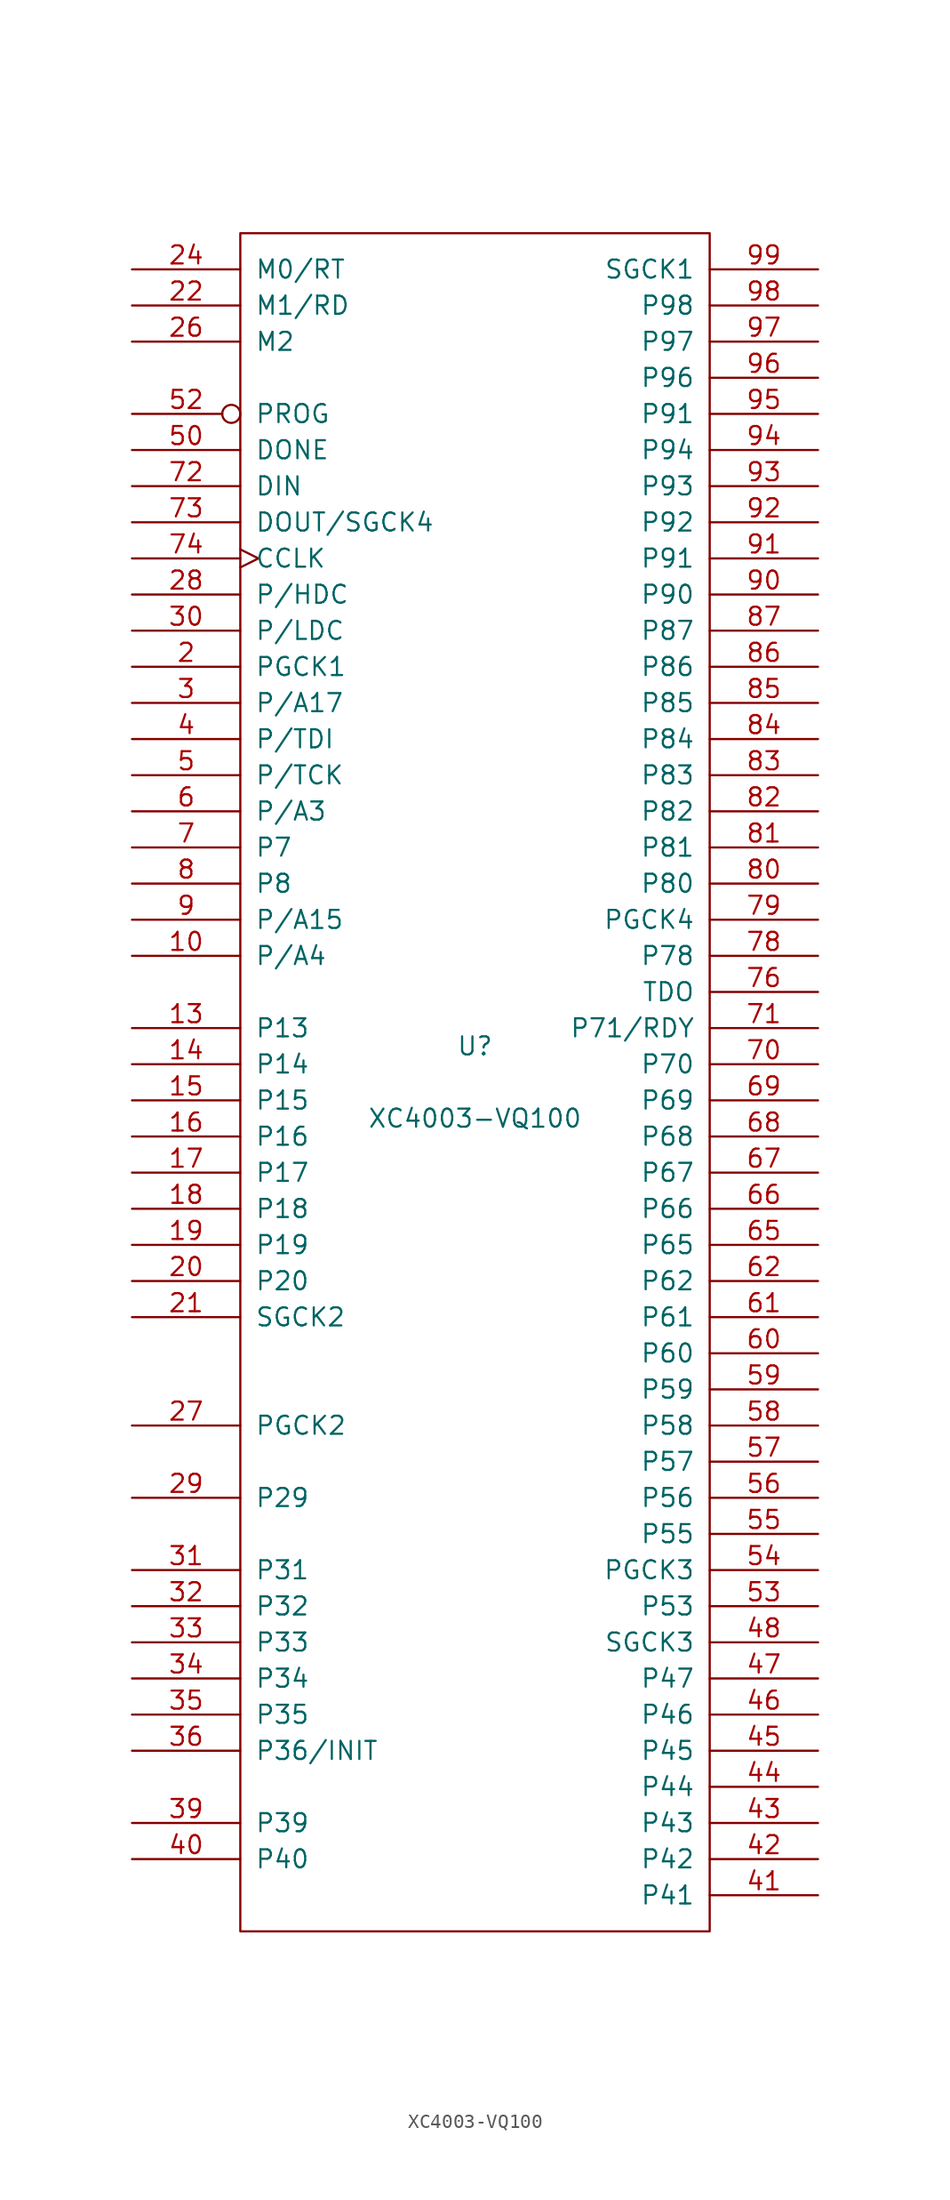
<source format=kicad_sym>
(kicad_symbol_lib
  (version 20201005)
  (generator kicad_symbol_editor)
  (symbol "XC4003-VQ100"
    (pin_names
      (offset 1.016))
    (property "Reference" "U"
      (at 0 2.54 0)
      (effects (font (size 1.27 1.27))))
    (property "Value" "XC4003-VQ100"
      (at 0 -2.54 0)
      (effects (font (size 1.27 1.27))))
    (symbol "XC4003-VQ100_0_1"
      (rectangle (start -16.51 -59.69) (end 16.51 59.69) (stroke (width 0)) (fill (type none))))
    (symbol "XC4003-VQ100_1_1"
      (pin power_in line (at -13.97 -59.69 90) (length 0) hide (name "GND" (effects (font (size 1.27 1.27)))) (number "1" (effects (font (size 1.27 1.27)))))
      (pin passive line (at -24.13 8.89 0) (length 7.62) (name "P/A4" (effects (font (size 1.27 1.27)))) (number "10" (effects (font (size 1.27 1.27)))))
      (pin power_in line (at 3.81 59.69 270) (length 0) hide (name "VCC" (effects (font (size 1.27 1.27)))) (number "100" (effects (font (size 1.27 1.27)))))
      (pin power_in line (at -11.43 -59.69 90) (length 0) hide (name "GND" (effects (font (size 1.27 1.27)))) (number "11" (effects (font (size 1.27 1.27)))))
      (pin power_in line (at -13.97 59.69 270) (length 0) hide (name "VCC" (effects (font (size 1.27 1.27)))) (number "12" (effects (font (size 1.27 1.27)))))
      (pin bidirectional line (at -24.13 3.81 0) (length 7.62) (name "P13" (effects (font (size 1.27 1.27)))) (number "13" (effects (font (size 1.27 1.27)))))
      (pin passive line (at -24.13 1.27 0) (length 7.62) (name "P14" (effects (font (size 1.27 1.27)))) (number "14" (effects (font (size 1.27 1.27)))))
      (pin passive line (at -24.13 -1.27 0) (length 7.62) (name "P15" (effects (font (size 1.27 1.27)))) (number "15" (effects (font (size 1.27 1.27)))))
      (pin passive line (at -24.13 -3.81 0) (length 7.62) (name "P16" (effects (font (size 1.27 1.27)))) (number "16" (effects (font (size 1.27 1.27)))))
      (pin passive line (at -24.13 -6.35 0) (length 7.62) (name "P17" (effects (font (size 1.27 1.27)))) (number "17" (effects (font (size 1.27 1.27)))))
      (pin passive line (at -24.13 -8.89 0) (length 7.62) (name "P18" (effects (font (size 1.27 1.27)))) (number "18" (effects (font (size 1.27 1.27)))))
      (pin passive line (at -24.13 -11.43 0) (length 7.62) (name "P19" (effects (font (size 1.27 1.27)))) (number "19" (effects (font (size 1.27 1.27)))))
      (pin passive line (at -24.13 29.21 0) (length 7.62) (name "PGCK1" (effects (font (size 1.27 1.27)))) (number "2" (effects (font (size 1.27 1.27)))))
      (pin passive line (at -24.13 -13.97 0) (length 7.62) (name "P20" (effects (font (size 1.27 1.27)))) (number "20" (effects (font (size 1.27 1.27)))))
      (pin passive line (at -24.13 -16.51 0) (length 7.62) (name "SGCK2" (effects (font (size 1.27 1.27)))) (number "21" (effects (font (size 1.27 1.27)))))
      (pin input line (at -24.13 54.61 0) (length 7.62) (name "M1/RD" (effects (font (size 1.27 1.27)))) (number "22" (effects (font (size 1.27 1.27)))))
      (pin power_in line (at -8.89 -59.69 90) (length 0) hide (name "GND" (effects (font (size 1.27 1.27)))) (number "23" (effects (font (size 1.27 1.27)))))
      (pin input line (at -24.13 57.15 0) (length 7.62) (name "M0/RT" (effects (font (size 1.27 1.27)))) (number "24" (effects (font (size 1.27 1.27)))))
      (pin power_in line (at -11.43 59.69 270) (length 0) hide (name "VCC" (effects (font (size 1.27 1.27)))) (number "25" (effects (font (size 1.27 1.27)))))
      (pin passive line (at -24.13 52.07 0) (length 7.62) (name "M2" (effects (font (size 1.27 1.27)))) (number "26" (effects (font (size 1.27 1.27)))))
      (pin passive line (at -24.13 -24.13 0) (length 7.62) (name "PGCK2" (effects (font (size 1.27 1.27)))) (number "27" (effects (font (size 1.27 1.27)))))
      (pin passive line (at -24.13 34.29 0) (length 7.62) (name "P/HDC" (effects (font (size 1.27 1.27)))) (number "28" (effects (font (size 1.27 1.27)))))
      (pin passive line (at -24.13 -29.21 0) (length 7.62) (name "P29" (effects (font (size 1.27 1.27)))) (number "29" (effects (font (size 1.27 1.27)))))
      (pin passive line (at -24.13 26.67 0) (length 7.62) (name "P/A17" (effects (font (size 1.27 1.27)))) (number "3" (effects (font (size 1.27 1.27)))))
      (pin passive line (at -24.13 31.75 0) (length 7.62) (name "P/LDC" (effects (font (size 1.27 1.27)))) (number "30" (effects (font (size 1.27 1.27)))))
      (pin passive line (at -24.13 -34.29 0) (length 7.62) (name "P31" (effects (font (size 1.27 1.27)))) (number "31" (effects (font (size 1.27 1.27)))))
      (pin passive line (at -24.13 -36.83 0) (length 7.62) (name "P32" (effects (font (size 1.27 1.27)))) (number "32" (effects (font (size 1.27 1.27)))))
      (pin passive line (at -24.13 -39.37 0) (length 7.62) (name "P33" (effects (font (size 1.27 1.27)))) (number "33" (effects (font (size 1.27 1.27)))))
      (pin passive line (at -24.13 -41.91 0) (length 7.62) (name "P34" (effects (font (size 1.27 1.27)))) (number "34" (effects (font (size 1.27 1.27)))))
      (pin passive line (at -24.13 -44.45 0) (length 7.62) (name "P35" (effects (font (size 1.27 1.27)))) (number "35" (effects (font (size 1.27 1.27)))))
      (pin passive line (at -24.13 -46.99 0) (length 7.62) (name "P36/INIT" (effects (font (size 1.27 1.27)))) (number "36" (effects (font (size 1.27 1.27)))))
      (pin power_in line (at -8.89 59.69 270) (length 0) hide (name "VCC" (effects (font (size 1.27 1.27)))) (number "37" (effects (font (size 1.27 1.27)))))
      (pin power_in line (at -6.35 -59.69 90) (length 0) hide (name "GND" (effects (font (size 1.27 1.27)))) (number "38" (effects (font (size 1.27 1.27)))))
      (pin passive line (at -24.13 -52.07 0) (length 7.62) (name "P39" (effects (font (size 1.27 1.27)))) (number "39" (effects (font (size 1.27 1.27)))))
      (pin passive line (at -24.13 24.13 0) (length 7.62) (name "P/TDI" (effects (font (size 1.27 1.27)))) (number "4" (effects (font (size 1.27 1.27)))))
      (pin passive line (at -24.13 -54.61 0) (length 7.62) (name "P40" (effects (font (size 1.27 1.27)))) (number "40" (effects (font (size 1.27 1.27)))))
      (pin passive line (at 24.13 -57.15 180) (length 7.62) (name "P41" (effects (font (size 1.27 1.27)))) (number "41" (effects (font (size 1.27 1.27)))))
      (pin passive line (at 24.13 -54.61 180) (length 7.62) (name "P42" (effects (font (size 1.27 1.27)))) (number "42" (effects (font (size 1.27 1.27)))))
      (pin passive line (at 24.13 -52.07 180) (length 7.62) (name "P43" (effects (font (size 1.27 1.27)))) (number "43" (effects (font (size 1.27 1.27)))))
      (pin passive line (at 24.13 -49.53 180) (length 7.62) (name "P44" (effects (font (size 1.27 1.27)))) (number "44" (effects (font (size 1.27 1.27)))))
      (pin passive line (at 24.13 -46.99 180) (length 7.62) (name "P45" (effects (font (size 1.27 1.27)))) (number "45" (effects (font (size 1.27 1.27)))))
      (pin passive line (at 24.13 -44.45 180) (length 7.62) (name "P46" (effects (font (size 1.27 1.27)))) (number "46" (effects (font (size 1.27 1.27)))))
      (pin passive line (at 24.13 -41.91 180) (length 7.62) (name "P47" (effects (font (size 1.27 1.27)))) (number "47" (effects (font (size 1.27 1.27)))))
      (pin passive line (at 24.13 -39.37 180) (length 7.62) (name "SGCK3" (effects (font (size 1.27 1.27)))) (number "48" (effects (font (size 1.27 1.27)))))
      (pin power_in line (at -3.81 -59.69 90) (length 0) hide (name "GND" (effects (font (size 1.27 1.27)))) (number "49" (effects (font (size 1.27 1.27)))))
      (pin passive line (at -24.13 21.59 0) (length 7.62) (name "P/TCK" (effects (font (size 1.27 1.27)))) (number "5" (effects (font (size 1.27 1.27)))))
      (pin open_collector line (at -24.13 44.45 0) (length 7.62) (name "DONE" (effects (font (size 1.27 1.27)))) (number "50" (effects (font (size 1.27 1.27)))))
      (pin power_in line (at -6.35 59.69 270) (length 0) hide (name "VCC" (effects (font (size 1.27 1.27)))) (number "51" (effects (font (size 1.27 1.27)))))
      (pin input inverted (at -24.13 46.99 0) (length 7.62) (name "PROG" (effects (font (size 1.27 1.27)))) (number "52" (effects (font (size 1.27 1.27)))))
      (pin bidirectional line (at 24.13 -36.83 180) (length 7.62) (name "P53" (effects (font (size 1.27 1.27)))) (number "53" (effects (font (size 1.27 1.27)))))
      (pin bidirectional line (at 24.13 -34.29 180) (length 7.62) (name "PGCK3" (effects (font (size 1.27 1.27)))) (number "54" (effects (font (size 1.27 1.27)))))
      (pin passive line (at 24.13 -31.75 180) (length 7.62) (name "P55" (effects (font (size 1.27 1.27)))) (number "55" (effects (font (size 1.27 1.27)))))
      (pin bidirectional line (at 24.13 -29.21 180) (length 7.62) (name "P56" (effects (font (size 1.27 1.27)))) (number "56" (effects (font (size 1.27 1.27)))))
      (pin passive line (at 24.13 -26.67 180) (length 7.62) (name "P57" (effects (font (size 1.27 1.27)))) (number "57" (effects (font (size 1.27 1.27)))))
      (pin passive line (at 24.13 -24.13 180) (length 7.62) (name "P58" (effects (font (size 1.27 1.27)))) (number "58" (effects (font (size 1.27 1.27)))))
      (pin passive line (at 24.13 -21.59 180) (length 7.62) (name "P59" (effects (font (size 1.27 1.27)))) (number "59" (effects (font (size 1.27 1.27)))))
      (pin passive line (at -24.13 19.05 0) (length 7.62) (name "P/A3" (effects (font (size 1.27 1.27)))) (number "6" (effects (font (size 1.27 1.27)))))
      (pin passive line (at 24.13 -19.05 180) (length 7.62) (name "P60" (effects (font (size 1.27 1.27)))) (number "60" (effects (font (size 1.27 1.27)))))
      (pin passive line (at 24.13 -16.51 180) (length 7.62) (name "P61" (effects (font (size 1.27 1.27)))) (number "61" (effects (font (size 1.27 1.27)))))
      (pin passive line (at 24.13 -13.97 180) (length 7.62) (name "P62" (effects (font (size 1.27 1.27)))) (number "62" (effects (font (size 1.27 1.27)))))
      (pin power_in line (at -3.81 59.69 270) (length 0) hide (name "VCC" (effects (font (size 1.27 1.27)))) (number "63" (effects (font (size 1.27 1.27)))))
      (pin power_in line (at -1.27 -59.69 90) (length 0) hide (name "GND" (effects (font (size 1.27 1.27)))) (number "64" (effects (font (size 1.27 1.27)))))
      (pin passive line (at 24.13 -11.43 180) (length 7.62) (name "P65" (effects (font (size 1.27 1.27)))) (number "65" (effects (font (size 1.27 1.27)))))
      (pin passive line (at 24.13 -8.89 180) (length 7.62) (name "P66" (effects (font (size 1.27 1.27)))) (number "66" (effects (font (size 1.27 1.27)))))
      (pin passive line (at 24.13 -6.35 180) (length 7.62) (name "P67" (effects (font (size 1.27 1.27)))) (number "67" (effects (font (size 1.27 1.27)))))
      (pin passive line (at 24.13 -3.81 180) (length 7.62) (name "P68" (effects (font (size 1.27 1.27)))) (number "68" (effects (font (size 1.27 1.27)))))
      (pin passive line (at 24.13 -1.27 180) (length 7.62) (name "P69" (effects (font (size 1.27 1.27)))) (number "69" (effects (font (size 1.27 1.27)))))
      (pin passive line (at -24.13 16.51 0) (length 7.62) (name "P7" (effects (font (size 1.27 1.27)))) (number "7" (effects (font (size 1.27 1.27)))))
      (pin passive line (at 24.13 1.27 180) (length 7.62) (name "P70" (effects (font (size 1.27 1.27)))) (number "70" (effects (font (size 1.27 1.27)))))
      (pin passive line (at 24.13 3.81 180) (length 7.62) (name "P71/RDY" (effects (font (size 1.27 1.27)))) (number "71" (effects (font (size 1.27 1.27)))))
      (pin passive line (at -24.13 41.91 0) (length 7.62) (name "DIN" (effects (font (size 1.27 1.27)))) (number "72" (effects (font (size 1.27 1.27)))))
      (pin passive line (at -24.13 39.37 0) (length 7.62) (name "DOUT/SGCK4" (effects (font (size 1.27 1.27)))) (number "73" (effects (font (size 1.27 1.27)))))
      (pin input clock (at -24.13 36.83 0) (length 7.62) (name "CCLK" (effects (font (size 1.27 1.27)))) (number "74" (effects (font (size 1.27 1.27)))))
      (pin power_in line (at -1.27 59.69 270) (length 0) hide (name "VCC" (effects (font (size 1.27 1.27)))) (number "75" (effects (font (size 1.27 1.27)))))
      (pin output line (at 24.13 6.35 180) (length 7.62) (name "TDO" (effects (font (size 1.27 1.27)))) (number "76" (effects (font (size 1.27 1.27)))))
      (pin power_in line (at 1.27 -59.69 90) (length 0) hide (name "GND" (effects (font (size 1.27 1.27)))) (number "77" (effects (font (size 1.27 1.27)))))
      (pin passive line (at 24.13 8.89 180) (length 7.62) (name "P78" (effects (font (size 1.27 1.27)))) (number "78" (effects (font (size 1.27 1.27)))))
      (pin passive line (at 24.13 11.43 180) (length 7.62) (name "PGCK4" (effects (font (size 1.27 1.27)))) (number "79" (effects (font (size 1.27 1.27)))))
      (pin passive line (at -24.13 13.97 0) (length 7.62) (name "P8" (effects (font (size 1.27 1.27)))) (number "8" (effects (font (size 1.27 1.27)))))
      (pin passive line (at 24.13 13.97 180) (length 7.62) (name "P80" (effects (font (size 1.27 1.27)))) (number "80" (effects (font (size 1.27 1.27)))))
      (pin passive line (at 24.13 16.51 180) (length 7.62) (name "P81" (effects (font (size 1.27 1.27)))) (number "81" (effects (font (size 1.27 1.27)))))
      (pin passive line (at 24.13 19.05 180) (length 7.62) (name "P82" (effects (font (size 1.27 1.27)))) (number "82" (effects (font (size 1.27 1.27)))))
      (pin passive line (at 24.13 21.59 180) (length 7.62) (name "P83" (effects (font (size 1.27 1.27)))) (number "83" (effects (font (size 1.27 1.27)))))
      (pin passive line (at 24.13 24.13 180) (length 7.62) (name "P84" (effects (font (size 1.27 1.27)))) (number "84" (effects (font (size 1.27 1.27)))))
      (pin passive line (at 24.13 26.67 180) (length 7.62) (name "P85" (effects (font (size 1.27 1.27)))) (number "85" (effects (font (size 1.27 1.27)))))
      (pin passive line (at 24.13 29.21 180) (length 7.62) (name "P86" (effects (font (size 1.27 1.27)))) (number "86" (effects (font (size 1.27 1.27)))))
      (pin passive line (at 24.13 31.75 180) (length 7.62) (name "P87" (effects (font (size 1.27 1.27)))) (number "87" (effects (font (size 1.27 1.27)))))
      (pin power_in line (at 3.81 -59.69 90) (length 0) hide (name "GND" (effects (font (size 1.27 1.27)))) (number "88" (effects (font (size 1.27 1.27)))))
      (pin power_in line (at 1.27 59.69 270) (length 0) hide (name "VCC" (effects (font (size 1.27 1.27)))) (number "89" (effects (font (size 1.27 1.27)))))
      (pin passive line (at -24.13 11.43 0) (length 7.62) (name "P/A15" (effects (font (size 1.27 1.27)))) (number "9" (effects (font (size 1.27 1.27)))))
      (pin bidirectional line (at 24.13 34.29 180) (length 7.62) (name "P90" (effects (font (size 1.27 1.27)))) (number "90" (effects (font (size 1.27 1.27)))))
      (pin passive line (at 24.13 36.83 180) (length 7.62) (name "P91" (effects (font (size 1.27 1.27)))) (number "91" (effects (font (size 1.27 1.27)))))
      (pin passive line (at 24.13 39.37 180) (length 7.62) (name "P92" (effects (font (size 1.27 1.27)))) (number "92" (effects (font (size 1.27 1.27)))))
      (pin passive line (at 24.13 41.91 180) (length 7.62) (name "P93" (effects (font (size 1.27 1.27)))) (number "93" (effects (font (size 1.27 1.27)))))
      (pin passive line (at 24.13 44.45 180) (length 7.62) (name "P94" (effects (font (size 1.27 1.27)))) (number "94" (effects (font (size 1.27 1.27)))))
      (pin passive line (at 24.13 46.99 180) (length 7.62) (name "P91" (effects (font (size 1.27 1.27)))) (number "95" (effects (font (size 1.27 1.27)))))
      (pin passive line (at 24.13 49.53 180) (length 7.62) (name "P96" (effects (font (size 1.27 1.27)))) (number "96" (effects (font (size 1.27 1.27)))))
      (pin passive line (at 24.13 52.07 180) (length 7.62) (name "P97" (effects (font (size 1.27 1.27)))) (number "97" (effects (font (size 1.27 1.27)))))
      (pin bidirectional line (at 24.13 54.61 180) (length 7.62) (name "P98" (effects (font (size 1.27 1.27)))) (number "98" (effects (font (size 1.27 1.27)))))
      (pin bidirectional line (at 24.13 57.15 180) (length 7.62) (name "SGCK1" (effects (font (size 1.27 1.27)))) (number "99" (effects (font (size 1.27 1.27))))))))
</source>
